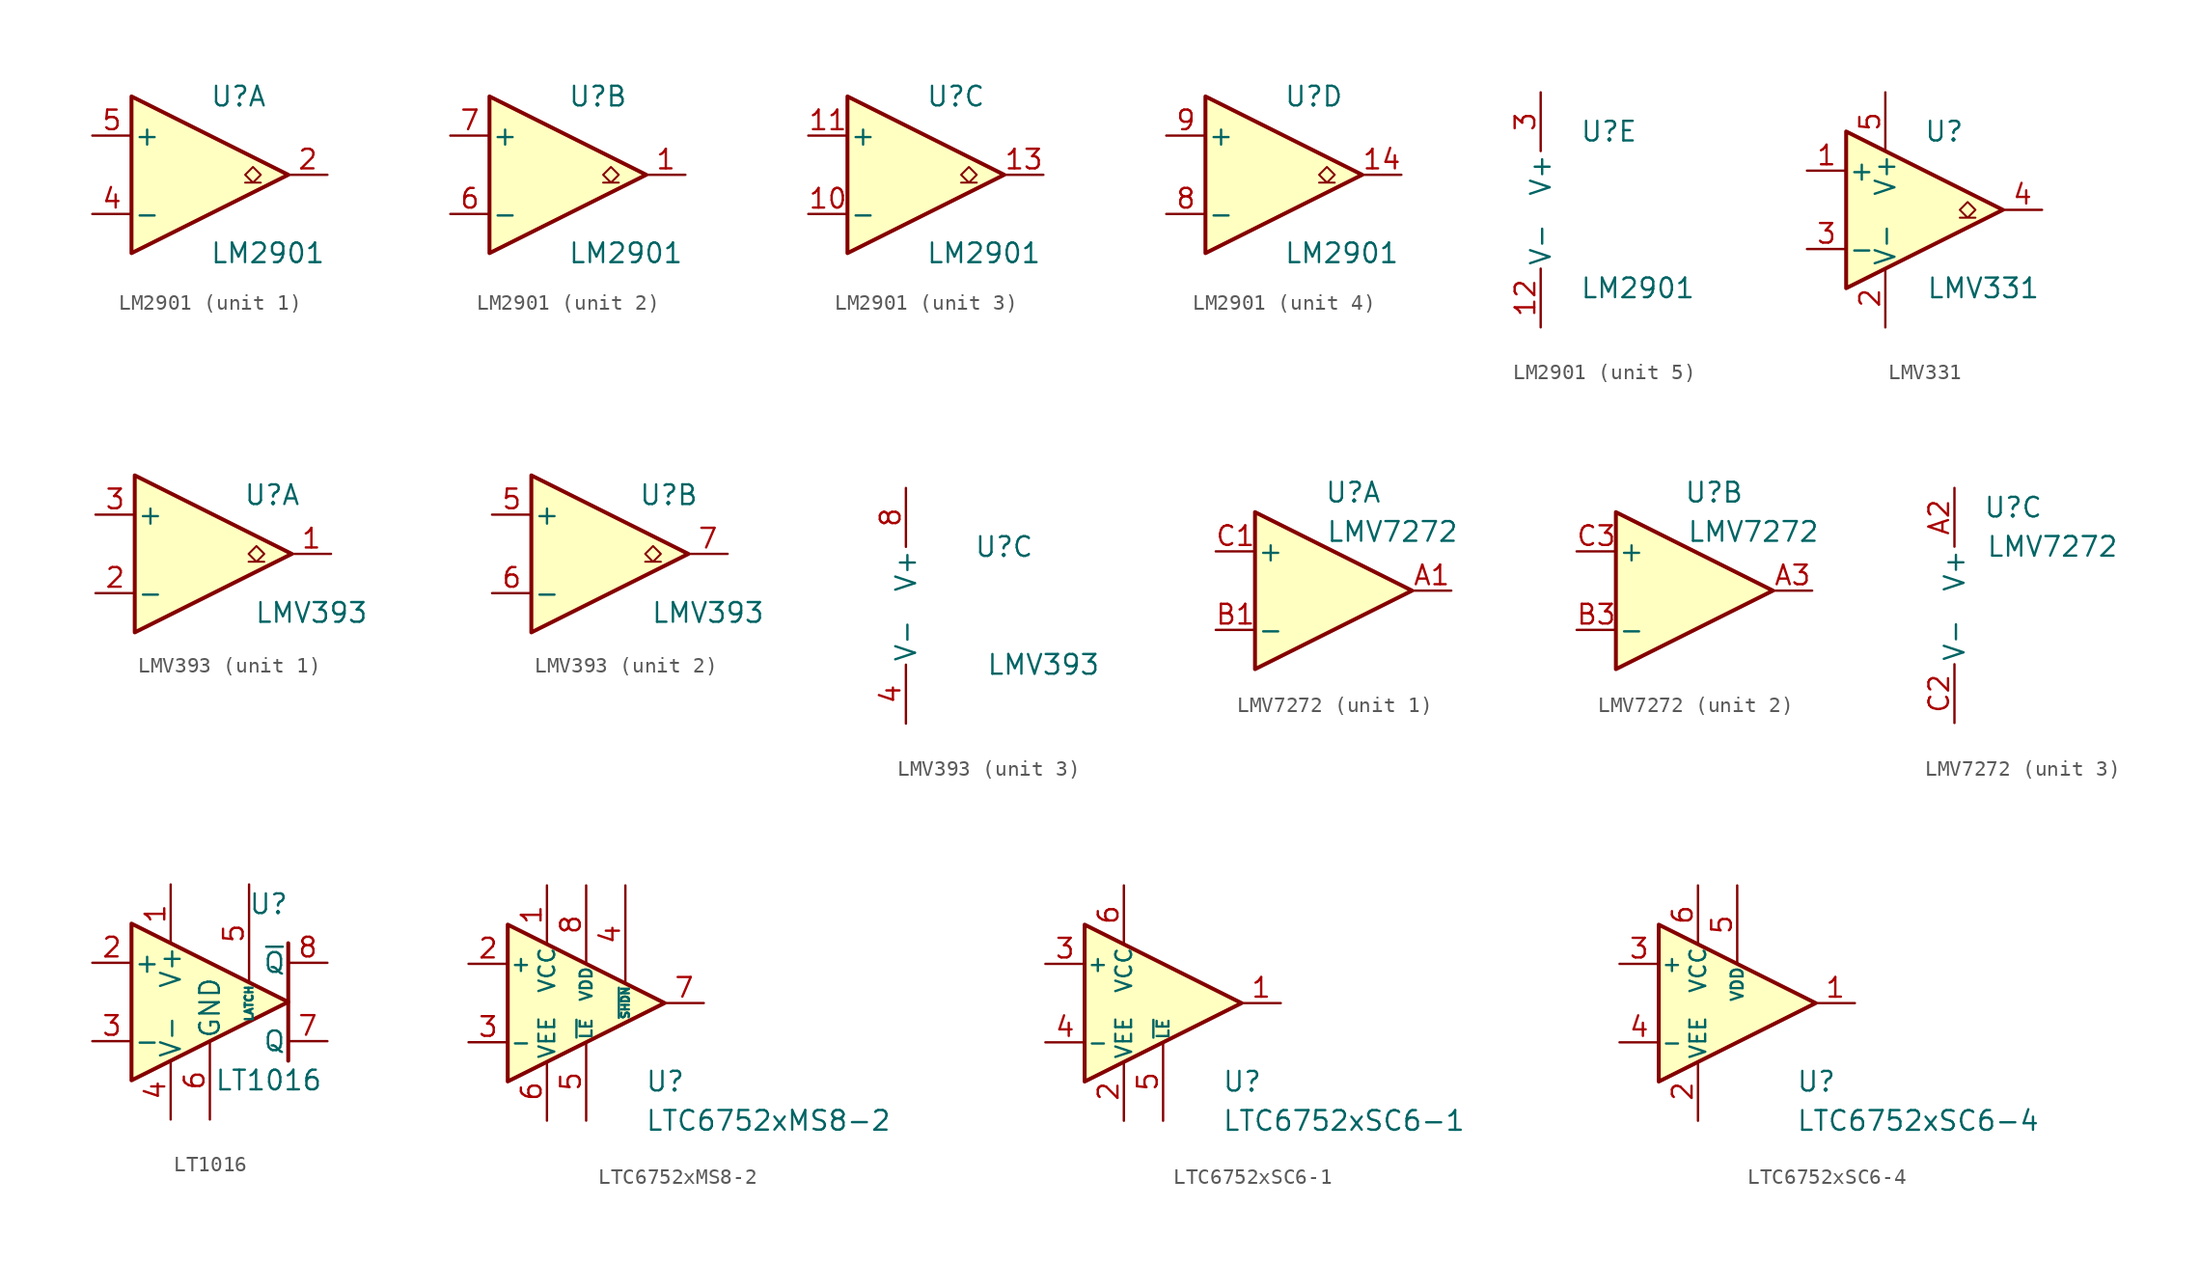
<source format=kicad_sym>
(kicad_symbol_lib
  (version 20201005)
  (generator kicad_symbol_editor)
  (symbol "LM2901"
    (pin_names
      (offset 0.127))
    (property "Reference" "U"
      (at 0 5.08 0)
      (effects (font (size 1.27 1.27)) (justify left)))
    (property "Value" "LM2901"
      (at 0 -5.08 0)
      (effects (font (size 1.27 1.27)) (justify left)))
    (property "ki_locked" ""
      (at 0 0 0)
      (effects (font (size 1.27 1.27))))
    (symbol "LM2901_1_1"
      (polyline (pts (xy 3.302 -0.508) (xy 2.794 -0.508) (xy 3.302 0) (xy 2.794 0.508) (xy 2.286 0) (xy 2.794 -0.508) (xy 2.286 -0.508)) (stroke (width 0.127)) (fill (type none)))
      (polyline (pts (xy -5.08 5.08) (xy 5.08 0) (xy -5.08 -5.08) (xy -5.08 5.08)) (stroke (width 0.254)) (fill (type background)))
      (pin open_collector line (at 7.62 0 180) (length 2.54) (name "~" (effects (font (size 1.27 1.27)))) (number "2" (effects (font (size 1.27 1.27)))))
      (pin input line (at -7.62 -2.54 0) (length 2.54) (name "-" (effects (font (size 1.27 1.27)))) (number "4" (effects (font (size 1.27 1.27)))))
      (pin input line (at -7.62 2.54 0) (length 2.54) (name "+" (effects (font (size 1.27 1.27)))) (number "5" (effects (font (size 1.27 1.27))))))
    (symbol "LM2901_2_1"
      (polyline (pts (xy 3.302 -0.508) (xy 2.794 -0.508) (xy 3.302 0) (xy 2.794 0.508) (xy 2.286 0) (xy 2.794 -0.508) (xy 2.286 -0.508)) (stroke (width 0.127)) (fill (type none)))
      (polyline (pts (xy -5.08 5.08) (xy 5.08 0) (xy -5.08 -5.08) (xy -5.08 5.08)) (stroke (width 0.254)) (fill (type background)))
      (pin open_collector line (at 7.62 0 180) (length 2.54) (name "~" (effects (font (size 1.27 1.27)))) (number "1" (effects (font (size 1.27 1.27)))))
      (pin input line (at -7.62 -2.54 0) (length 2.54) (name "-" (effects (font (size 1.27 1.27)))) (number "6" (effects (font (size 1.27 1.27)))))
      (pin input line (at -7.62 2.54 0) (length 2.54) (name "+" (effects (font (size 1.27 1.27)))) (number "7" (effects (font (size 1.27 1.27))))))
    (symbol "LM2901_3_1"
      (polyline (pts (xy 3.302 -0.508) (xy 2.794 -0.508) (xy 3.302 0) (xy 2.794 0.508) (xy 2.286 0) (xy 2.794 -0.508) (xy 2.286 -0.508)) (stroke (width 0.127)) (fill (type none)))
      (polyline (pts (xy -5.08 5.08) (xy 5.08 0) (xy -5.08 -5.08) (xy -5.08 5.08)) (stroke (width 0.254)) (fill (type background)))
      (pin input line (at -7.62 -2.54 0) (length 2.54) (name "-" (effects (font (size 1.27 1.27)))) (number "10" (effects (font (size 1.27 1.27)))))
      (pin input line (at -7.62 2.54 0) (length 2.54) (name "+" (effects (font (size 1.27 1.27)))) (number "11" (effects (font (size 1.27 1.27)))))
      (pin open_collector line (at 7.62 0 180) (length 2.54) (name "~" (effects (font (size 1.27 1.27)))) (number "13" (effects (font (size 1.27 1.27))))))
    (symbol "LM2901_4_1"
      (polyline (pts (xy 3.302 -0.508) (xy 2.794 -0.508) (xy 3.302 0) (xy 2.794 0.508) (xy 2.286 0) (xy 2.794 -0.508) (xy 2.286 -0.508)) (stroke (width 0.127)) (fill (type none)))
      (polyline (pts (xy -5.08 5.08) (xy 5.08 0) (xy -5.08 -5.08) (xy -5.08 5.08)) (stroke (width 0.254)) (fill (type background)))
      (pin open_collector line (at 7.62 0 180) (length 2.54) (name "~" (effects (font (size 1.27 1.27)))) (number "14" (effects (font (size 1.27 1.27)))))
      (pin input line (at -7.62 -2.54 0) (length 2.54) (name "-" (effects (font (size 1.27 1.27)))) (number "8" (effects (font (size 1.27 1.27)))))
      (pin input line (at -7.62 2.54 0) (length 2.54) (name "+" (effects (font (size 1.27 1.27)))) (number "9" (effects (font (size 1.27 1.27))))))
    (symbol "LM2901_5_1"
      (pin power_in line (at -2.54 -7.62 90) (length 3.81) (name "V-" (effects (font (size 1.27 1.27)))) (number "12" (effects (font (size 1.27 1.27)))))
      (pin power_in line (at -2.54 7.62 270) (length 3.81) (name "V+" (effects (font (size 1.27 1.27)))) (number "3" (effects (font (size 1.27 1.27)))))))
  (symbol "LMV331"
    (pin_names
      (offset 0.127))
    (property "Reference" "U"
      (at 1.27 5.08 0)
      (effects (font (size 1.27 1.27))))
    (property "Value" "LMV331"
      (at 3.81 -5.08 0)
      (effects (font (size 1.27 1.27))))
    (symbol "LMV331_0_1"
      (polyline (pts (xy 3.302 -0.508) (xy 2.794 -0.508) (xy 3.302 0) (xy 2.794 0.508) (xy 2.286 0) (xy 2.794 -0.508) (xy 2.286 -0.508)) (stroke (width 0.127)) (fill (type none)))
      (polyline (pts (xy -5.08 5.08) (xy 5.08 0) (xy -5.08 -5.08) (xy -5.08 5.08)) (stroke (width 0.254)) (fill (type background))))
    (symbol "LMV331_1_1"
      (pin input line (at -7.62 2.54 0) (length 2.54) (name "+" (effects (font (size 1.27 1.27)))) (number "1" (effects (font (size 1.27 1.27)))))
      (pin power_in line (at -2.54 -7.62 90) (length 3.81) (name "V-" (effects (font (size 1.27 1.27)))) (number "2" (effects (font (size 1.27 1.27)))))
      (pin input line (at -7.62 -2.54 0) (length 2.54) (name "-" (effects (font (size 1.27 1.27)))) (number "3" (effects (font (size 1.27 1.27)))))
      (pin open_collector line (at 7.62 0 180) (length 2.54) (name "~" (effects (font (size 1.27 1.27)))) (number "4" (effects (font (size 1.27 1.27)))))
      (pin power_in line (at -2.54 7.62 270) (length 3.81) (name "V+" (effects (font (size 1.27 1.27)))) (number "5" (effects (font (size 1.27 1.27)))))))
  (symbol "LMV393"
    (pin_names
      (offset 0.127))
    (property "Reference" "U"
      (at 3.81 3.81 0)
      (effects (font (size 1.27 1.27))))
    (property "Value" "LMV393"
      (at 6.35 -3.81 0)
      (effects (font (size 1.27 1.27))))
    (property "ki_locked" ""
      (at 0 0 0)
      (effects (font (size 1.27 1.27))))
    (symbol "LMV393_1_1"
      (polyline (pts (xy 3.302 -0.508) (xy 2.794 -0.508) (xy 3.302 0) (xy 2.794 0.508) (xy 2.286 0) (xy 2.794 -0.508) (xy 2.286 -0.508)) (stroke (width 0.127)) (fill (type none)))
      (polyline (pts (xy -5.08 5.08) (xy 5.08 0) (xy -5.08 -5.08) (xy -5.08 5.08)) (stroke (width 0.254)) (fill (type background)))
      (pin open_collector line (at 7.62 0 180) (length 2.54) (name "~" (effects (font (size 1.27 1.27)))) (number "1" (effects (font (size 1.27 1.27)))))
      (pin input line (at -7.62 -2.54 0) (length 2.54) (name "-" (effects (font (size 1.27 1.27)))) (number "2" (effects (font (size 1.27 1.27)))))
      (pin input line (at -7.62 2.54 0) (length 2.54) (name "+" (effects (font (size 1.27 1.27)))) (number "3" (effects (font (size 1.27 1.27))))))
    (symbol "LMV393_2_1"
      (polyline (pts (xy 3.302 -0.508) (xy 2.794 -0.508) (xy 3.302 0) (xy 2.794 0.508) (xy 2.286 0) (xy 2.794 -0.508) (xy 2.286 -0.508)) (stroke (width 0.127)) (fill (type none)))
      (polyline (pts (xy -5.08 5.08) (xy 5.08 0) (xy -5.08 -5.08) (xy -5.08 5.08)) (stroke (width 0.254)) (fill (type background)))
      (pin input line (at -7.62 2.54 0) (length 2.54) (name "+" (effects (font (size 1.27 1.27)))) (number "5" (effects (font (size 1.27 1.27)))))
      (pin input line (at -7.62 -2.54 0) (length 2.54) (name "-" (effects (font (size 1.27 1.27)))) (number "6" (effects (font (size 1.27 1.27)))))
      (pin open_collector line (at 7.62 0 180) (length 2.54) (name "~" (effects (font (size 1.27 1.27)))) (number "7" (effects (font (size 1.27 1.27))))))
    (symbol "LMV393_3_1"
      (pin power_in line (at -2.54 -7.62 90) (length 3.81) (name "V-" (effects (font (size 1.27 1.27)))) (number "4" (effects (font (size 1.27 1.27)))))
      (pin power_in line (at -2.54 7.62 270) (length 3.81) (name "V+" (effects (font (size 1.27 1.27)))) (number "8" (effects (font (size 1.27 1.27)))))))
  (symbol "LMV7272"
    (pin_names
      (offset 0.127))
    (property "Reference" "U"
      (at 1.27 6.35 0)
      (effects (font (size 1.27 1.27))))
    (property "Value" "LMV7272"
      (at 3.81 3.81 0)
      (effects (font (size 1.27 1.27))))
    (property "ki_locked" ""
      (at 0 0 0)
      (effects (font (size 1.27 1.27))))
    (symbol "LMV7272_1_1"
      (polyline (pts (xy -5.08 5.08) (xy 5.08 0) (xy -5.08 -5.08) (xy -5.08 5.08)) (stroke (width 0.254)) (fill (type background)))
      (pin output line (at 7.62 0 180) (length 2.54) (name "~" (effects (font (size 1.27 1.27)))) (number "A1" (effects (font (size 1.27 1.27)))))
      (pin input line (at -7.62 -2.54 0) (length 2.54) (name "-" (effects (font (size 1.27 1.27)))) (number "B1" (effects (font (size 1.27 1.27)))))
      (pin input line (at -7.62 2.54 0) (length 2.54) (name "+" (effects (font (size 1.27 1.27)))) (number "C1" (effects (font (size 1.27 1.27))))))
    (symbol "LMV7272_2_1"
      (polyline (pts (xy -5.08 2.54) (xy -5.08 5.08) (xy 5.08 0) (xy -5.08 -5.08) (xy -5.08 2.54)) (stroke (width 0.254)) (fill (type background)))
      (pin output line (at 7.62 0 180) (length 2.54) (name "~" (effects (font (size 1.27 1.27)))) (number "A3" (effects (font (size 1.27 1.27)))))
      (pin input line (at -7.62 -2.54 0) (length 2.54) (name "-" (effects (font (size 1.27 1.27)))) (number "B3" (effects (font (size 1.27 1.27)))))
      (pin input line (at -7.62 2.54 0) (length 2.54) (name "+" (effects (font (size 1.27 1.27)))) (number "C3" (effects (font (size 1.27 1.27))))))
    (symbol "LMV7272_3_1"
      (pin power_in line (at -2.54 7.62 270) (length 3.81) (name "V+" (effects (font (size 1.27 1.27)))) (number "A2" (effects (font (size 1.27 1.27)))))
      (pin power_in line (at -2.54 -7.62 90) (length 3.81) (name "V-" (effects (font (size 1.27 1.27)))) (number "C2" (effects (font (size 1.27 1.27)))))))
  (symbol "LT1016"
    (pin_names
      (offset 0.127))
    (property "Reference" "U"
      (at 3.81 6.35 0)
      (effects (font (size 1.27 1.27))))
    (property "Value" "LT1016"
      (at 3.81 -5.08 0)
      (effects (font (size 1.27 1.27))))
    (symbol "LT1016_0_1"
      (polyline (pts (xy 5.08 3.81) (xy 5.08 -3.81)) (stroke (width 0.254)) (fill (type none)))
      (polyline (pts (xy -5.08 5.08) (xy 5.08 0) (xy -5.08 -5.08) (xy -5.08 5.08)) (stroke (width 0.254)) (fill (type background))))
    (symbol "LT1016_1_1"
      (pin power_in line (at -2.54 7.62 270) (length 3.81) (name "V+" (effects (font (size 1.27 1.27)))) (number "1" (effects (font (size 1.27 1.27)))))
      (pin input line (at -7.62 2.54 0) (length 2.54) (name "+" (effects (font (size 1.27 1.27)))) (number "2" (effects (font (size 1.27 1.27)))))
      (pin input line (at -7.62 -2.54 0) (length 2.54) (name "-" (effects (font (size 1.27 1.27)))) (number "3" (effects (font (size 1.27 1.27)))))
      (pin power_in line (at -2.54 -7.62 90) (length 3.81) (name "V-" (effects (font (size 1.27 1.27)))) (number "4" (effects (font (size 1.27 1.27)))))
      (pin input line (at 2.54 7.62 270) (length 6.35) (name "LATCH" (effects (font (size 0.508 0.508)))) (number "5" (effects (font (size 1.27 1.27)))))
      (pin power_in line (at 0 -7.62 90) (length 5.08) (name "GND" (effects (font (size 1.27 1.27)))) (number "6" (effects (font (size 1.27 1.27)))))
      (pin output line (at 7.62 -2.54 180) (length 2.54) (name "Q" (effects (font (size 1.27 1.27)))) (number "7" (effects (font (size 1.27 1.27)))))
      (pin output line (at 7.62 2.54 180) (length 2.54) (name "~Q" (effects (font (size 1.27 1.27)))) (number "8" (effects (font (size 1.27 1.27)))))))
  (symbol "LTC6752xMS8-2"
    (pin_names
      (offset 0.127))
    (property "Reference" "U"
      (at 3.81 -5.08 0)
      (effects (font (size 1.27 1.27)) (justify left)))
    (property "Value" "LTC6752xMS8-2"
      (at 3.81 -7.62 0)
      (effects (font (size 1.27 1.27)) (justify left)))
    (symbol "LTC6752xMS8-2_1_1"
      (polyline (pts (xy -5.08 5.08) (xy 5.08 0) (xy -5.08 -5.08) (xy -5.08 5.08)) (stroke (width 0.254)) (fill (type background)))
      (pin power_in line (at -2.54 7.62 270) (length 3.81) (name "VCC" (effects (font (size 1.016 1.016)))) (number "1" (effects (font (size 1.27 1.27)))))
      (pin input line (at -7.62 2.54 0) (length 2.54) (name "+" (effects (font (size 1.016 1.016)))) (number "2" (effects (font (size 1.27 1.27)))))
      (pin input line (at -7.62 -2.54 0) (length 2.54) (name "-" (effects (font (size 1.016 1.016)))) (number "3" (effects (font (size 1.27 1.27)))))
      (pin input line (at 2.54 7.62 270) (length 6.35) (name "~SHDN" (effects (font (size 0.508 0.508)))) (number "4" (effects (font (size 1.27 1.27)))))
      (pin input line (at 0 -7.62 90) (length 5.08) (name "~LE" (effects (font (size 0.762 0.762)))) (number "5" (effects (font (size 1.27 1.27)))))
      (pin power_in line (at -2.54 -7.62 90) (length 3.81) (name "VEE" (effects (font (size 1.016 1.016)))) (number "6" (effects (font (size 1.27 1.27)))))
      (pin output line (at 7.62 0 180) (length 2.54) (name "~" (effects (font (size 1.27 1.27)))) (number "7" (effects (font (size 1.27 1.27)))))
      (pin power_in line (at 0 7.62 270) (length 5.08) (name "VDD" (effects (font (size 0.762 0.762)))) (number "8" (effects (font (size 1.27 1.27)))))))
  (symbol "LTC6752xSC6-1"
    (pin_names
      (offset 0.127))
    (property "Reference" "U"
      (at 3.81 -5.08 0)
      (effects (font (size 1.27 1.27)) (justify left)))
    (property "Value" "LTC6752xSC6-1"
      (at 3.81 -7.62 0)
      (effects (font (size 1.27 1.27)) (justify left)))
    (symbol "LTC6752xSC6-1_1_1"
      (polyline (pts (xy -5.08 5.08) (xy 5.08 0) (xy -5.08 -5.08) (xy -5.08 5.08)) (stroke (width 0.254)) (fill (type background)))
      (pin output line (at 7.62 0 180) (length 2.54) (name "~" (effects (font (size 1.27 1.27)))) (number "1" (effects (font (size 1.27 1.27)))))
      (pin power_in line (at -2.54 -7.62 90) (length 3.81) (name "VEE" (effects (font (size 1.016 1.016)))) (number "2" (effects (font (size 1.27 1.27)))))
      (pin input line (at -7.62 2.54 0) (length 2.54) (name "+" (effects (font (size 1.016 1.016)))) (number "3" (effects (font (size 1.27 1.27)))))
      (pin input line (at -7.62 -2.54 0) (length 2.54) (name "-" (effects (font (size 1.016 1.016)))) (number "4" (effects (font (size 1.27 1.27)))))
      (pin input line (at 0 -7.62 90) (length 5.08) (name "~LE" (effects (font (size 0.762 0.762)))) (number "5" (effects (font (size 1.27 1.27)))))
      (pin power_in line (at -2.54 7.62 270) (length 3.81) (name "VCC" (effects (font (size 1.016 1.016)))) (number "6" (effects (font (size 1.27 1.27)))))))
  (symbol "LTC6752xSC6-4"
    (pin_names
      (offset 0.127))
    (property "Reference" "U"
      (at 3.81 -5.08 0)
      (effects (font (size 1.27 1.27)) (justify left)))
    (property "Value" "LTC6752xSC6-4"
      (at 3.81 -7.62 0)
      (effects (font (size 1.27 1.27)) (justify left)))
    (symbol "LTC6752xSC6-4_1_1"
      (polyline (pts (xy -5.08 5.08) (xy 5.08 0) (xy -5.08 -5.08) (xy -5.08 5.08)) (stroke (width 0.254)) (fill (type background)))
      (pin output line (at 7.62 0 180) (length 2.54) (name "~" (effects (font (size 1.27 1.27)))) (number "1" (effects (font (size 1.27 1.27)))))
      (pin power_in line (at -2.54 -7.62 90) (length 3.81) (name "VEE" (effects (font (size 1.016 1.016)))) (number "2" (effects (font (size 1.27 1.27)))))
      (pin input line (at -7.62 2.54 0) (length 2.54) (name "+" (effects (font (size 1.016 1.016)))) (number "3" (effects (font (size 1.27 1.27)))))
      (pin input line (at -7.62 -2.54 0) (length 2.54) (name "-" (effects (font (size 1.016 1.016)))) (number "4" (effects (font (size 1.27 1.27)))))
      (pin power_in line (at 0 7.62 270) (length 5.08) (name "VDD" (effects (font (size 0.762 0.762)))) (number "5" (effects (font (size 1.27 1.27)))))
      (pin power_in line (at -2.54 7.62 270) (length 3.81) (name "VCC" (effects (font (size 1.016 1.016)))) (number "6" (effects (font (size 1.27 1.27))))))))
</source>
